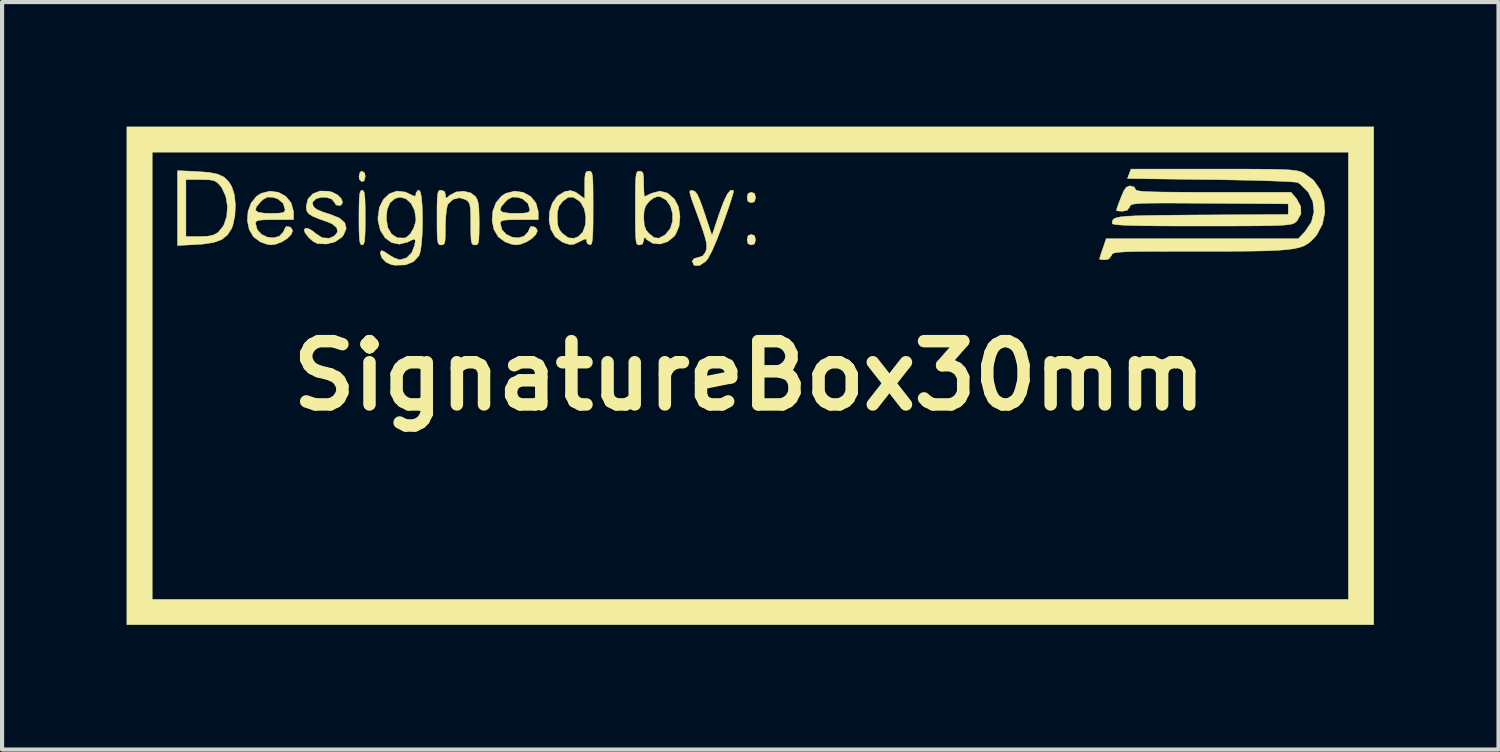
<source format=kicad_pcb>
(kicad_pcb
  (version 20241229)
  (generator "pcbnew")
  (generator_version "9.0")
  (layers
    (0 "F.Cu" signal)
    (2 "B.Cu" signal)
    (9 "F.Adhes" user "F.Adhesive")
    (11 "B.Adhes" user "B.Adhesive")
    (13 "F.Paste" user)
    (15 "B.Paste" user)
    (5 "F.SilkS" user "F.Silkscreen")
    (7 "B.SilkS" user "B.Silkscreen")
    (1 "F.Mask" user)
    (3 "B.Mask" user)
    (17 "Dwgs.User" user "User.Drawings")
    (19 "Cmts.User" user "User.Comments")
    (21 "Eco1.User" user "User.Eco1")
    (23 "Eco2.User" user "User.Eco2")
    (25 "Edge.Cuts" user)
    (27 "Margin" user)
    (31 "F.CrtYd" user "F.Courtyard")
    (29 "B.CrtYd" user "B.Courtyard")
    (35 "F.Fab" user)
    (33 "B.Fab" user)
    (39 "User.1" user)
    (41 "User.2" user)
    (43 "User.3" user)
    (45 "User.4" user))
  (footprint "SignatureBox30mm"
    (layer "F.Cu")
    (at 14.991 5.999)
    (property "Reference" "SignatureBox30mm" (at 0 0 0) (layer "F.SilkS") (effects (font (size 1.524 1.524) (thickness 0.3))))
    (attr through_hole)
    (fp_poly (pts (xy -9.261 -4.883) (xy -9.246 -4.801) (xy -9.272 -4.698) (xy -9.322 -4.674) (xy -9.383 -4.718) (xy -9.398 -4.801) (xy -9.372 -4.903) (xy -9.322 -4.928) (xy -9.261 -4.883)) (stroke (width 0.01) (type solid)) (fill yes) (layer "F.SilkS"))
    (fp_poly (pts (xy 0.13 -4.39) (xy 0.152 -4.293) (xy 0.129 -4.193) (xy 0.051 -4.166) (xy -0.029 -4.195) (xy -0.051 -4.293) (xy -0.027 -4.392) (xy 0.051 -4.42) (xy 0.13 -4.39)) (stroke (width 0.01) (type solid)) (fill yes) (layer "F.SilkS"))
    (fp_poly (pts (xy 0.13 -3.374) (xy 0.152 -3.277) (xy 0.129 -3.177) (xy 0.051 -3.15) (xy -0.029 -3.179) (xy -0.051 -3.277) (xy -0.027 -3.376) (xy 0.051 -3.404) (xy 0.13 -3.374)) (stroke (width 0.01) (type solid)) (fill yes) (layer "F.SilkS"))
    (fp_poly (pts (xy 15.037 5.994) (xy -14.986 5.994) (xy -14.986 -5.385) (xy -14.376 -5.385) (xy -14.376 5.385) (xy 14.427 5.385) (xy 14.427 -5.385) (xy -14.376 -5.385) (xy -14.986 -5.385) (xy -14.986 -5.994) (xy 15.037 -5.994) (xy 15.037 5.994)) (stroke (width 0.01) (type solid)) (fill yes) (layer "F.SilkS"))
    (fp_poly (pts (xy -9.29 -4.456) (xy -9.268 -4.402) (xy -9.255 -4.293) (xy -9.248 -4.115) (xy -9.246 -3.852) (xy -9.246 -3.81) (xy -9.247 -3.535) (xy -9.254 -3.346) (xy -9.266 -3.229) (xy -9.287 -3.169) (xy -9.317 -3.15) (xy -9.322 -3.15) (xy -9.354 -3.164) (xy -9.375 -3.218) (xy -9.389 -3.327) (xy -9.396 -3.505) (xy -9.398 -3.768) (xy -9.398 -3.81) (xy -9.396 -4.085) (xy -9.39 -4.274) (xy -9.378 -4.391) (xy -9.357 -4.451) (xy -9.327 -4.47) (xy -9.322 -4.47) (xy -9.29 -4.456)) (stroke (width 0.01) (type solid)) (fill yes) (layer "F.SilkS"))
    (fp_poly (pts (xy -13.292 -4.919) (xy -13.002 -4.897) (xy -12.793 -4.854) (xy -12.643 -4.782) (xy -12.532 -4.671) (xy -12.461 -4.559) (xy -12.398 -4.365) (xy -12.372 -4.117) (xy -12.385 -3.856) (xy -12.434 -3.623) (xy -12.467 -3.541) (xy -12.567 -3.387) (xy -12.705 -3.28) (xy -12.898 -3.21) (xy -13.164 -3.17) (xy -13.322 -3.16) (xy -13.767 -3.137) (xy -13.767 -4.724) (xy -13.564 -4.724) (xy -13.564 -3.353) (xy -13.24 -3.353) (xy -13.031 -3.362) (xy -12.888 -3.396) (xy -12.784 -3.457) (xy -12.656 -3.618) (xy -12.582 -3.835) (xy -12.564 -4.079) (xy -12.604 -4.321) (xy -12.702 -4.531) (xy -12.733 -4.572) (xy -12.809 -4.653) (xy -12.887 -4.699) (xy -12.997 -4.719) (xy -13.171 -4.724) (xy -13.213 -4.724) (xy -13.564 -4.724) (xy -13.767 -4.724) (xy -13.767 -4.94) (xy -13.292 -4.919)) (stroke (width 0.01) (type solid)) (fill yes) (layer "F.SilkS"))
    (fp_poly (pts (xy -0.385 -4.465) (xy -0.377 -4.458) (xy -0.385 -4.405) (xy -0.424 -4.272) (xy -0.487 -4.077) (xy -0.571 -3.837) (xy -0.637 -3.652) (xy -0.779 -3.28) (xy -0.898 -3.004) (xy -0.994 -2.824) (xy -1.048 -2.756) (xy -1.192 -2.658) (xy -1.303 -2.652) (xy -1.338 -2.675) (xy -1.374 -2.76) (xy -1.326 -2.826) (xy -1.244 -2.845) (xy -1.119 -2.886) (xy -1.056 -2.975) (xy -1.031 -3.045) (xy -1.024 -3.124) (xy -1.037 -3.228) (xy -1.075 -3.373) (xy -1.141 -3.574) (xy -1.239 -3.848) (xy -1.287 -3.979) (xy -1.368 -4.2) (xy -1.416 -4.344) (xy -1.433 -4.424) (xy -1.422 -4.459) (xy -1.385 -4.464) (xy -1.362 -4.461) (xy -1.307 -4.438) (xy -1.255 -4.374) (xy -1.198 -4.254) (xy -1.126 -4.061) (xy -1.075 -3.912) (xy -0.897 -3.378) (xy -0.723 -3.903) (xy -0.618 -4.188) (xy -0.528 -4.375) (xy -0.451 -4.467) (xy -0.385 -4.465)) (stroke (width 0.01) (type solid)) (fill yes) (layer "F.SilkS"))
    (fp_poly (pts (xy -10.124 -4.444) (xy -10.043 -4.423) (xy -9.913 -4.356) (xy -9.825 -4.267) (xy -9.791 -4.179) (xy -9.824 -4.113) (xy -9.857 -4.1) (xy -9.95 -4.114) (xy -9.984 -4.171) (xy -10.053 -4.254) (xy -10.173 -4.296) (xy -10.31 -4.298) (xy -10.432 -4.263) (xy -10.507 -4.191) (xy -10.516 -4.148) (xy -10.492 -4.071) (xy -10.411 -4.005) (xy -10.256 -3.94) (xy -10.098 -3.891) (xy -9.87 -3.8) (xy -9.738 -3.684) (xy -9.704 -3.548) (xy -9.768 -3.394) (xy -9.817 -3.333) (xy -9.973 -3.226) (xy -10.182 -3.173) (xy -10.4 -3.184) (xy -10.502 -3.236) (xy -10.611 -3.334) (xy -10.694 -3.442) (xy -10.719 -3.512) (xy -10.685 -3.556) (xy -10.601 -3.54) (xy -10.493 -3.473) (xy -10.444 -3.429) (xy -10.282 -3.324) (xy -10.112 -3.312) (xy -9.986 -3.369) (xy -9.913 -3.465) (xy -9.933 -3.566) (xy -10.041 -3.657) (xy -10.135 -3.698) (xy -10.369 -3.782) (xy -10.523 -3.847) (xy -10.612 -3.907) (xy -10.655 -3.973) (xy -10.668 -4.057) (xy -10.668 -4.081) (xy -10.625 -4.258) (xy -10.507 -4.384) (xy -10.333 -4.45) (xy -10.124 -4.444)) (stroke (width 0.01) (type solid)) (fill yes) (layer "F.SilkS"))
    (fp_poly (pts (xy -11.335 -4.418) (xy -11.156 -4.319) (xy -11.029 -4.162) (xy -10.974 -3.96) (xy -10.973 -3.933) (xy -10.973 -3.759) (xy -11.43 -3.759) (xy -11.649 -3.757) (xy -11.785 -3.748) (xy -11.857 -3.729) (xy -11.884 -3.695) (xy -11.887 -3.669) (xy -11.847 -3.518) (xy -11.744 -3.406) (xy -11.604 -3.339) (xy -11.453 -3.322) (xy -11.315 -3.362) (xy -11.218 -3.464) (xy -11.201 -3.505) (xy -11.156 -3.592) (xy -11.084 -3.591) (xy -11.031 -3.562) (xy -10.993 -3.493) (xy -11.029 -3.404) (xy -11.122 -3.309) (xy -11.252 -3.225) (xy -11.4 -3.168) (xy -11.526 -3.152) (xy -11.627 -3.172) (xy -11.762 -3.221) (xy -11.775 -3.226) (xy -11.938 -3.347) (xy -12.041 -3.525) (xy -12.084 -3.736) (xy -12.069 -3.956) (xy -12.057 -3.989) (xy -11.89 -3.989) (xy -11.829 -3.939) (xy -11.676 -3.915) (xy -11.532 -3.912) (xy -11.343 -3.915) (xy -11.236 -3.928) (xy -11.187 -3.957) (xy -11.176 -4.003) (xy -11.222 -4.153) (xy -11.351 -4.26) (xy -11.465 -4.298) (xy -11.597 -4.304) (xy -11.705 -4.247) (xy -11.757 -4.199) (xy -11.865 -4.074) (xy -11.89 -3.989) (xy -12.057 -3.989) (xy -11.995 -4.16) (xy -11.863 -4.324) (xy -11.756 -4.393) (xy -11.542 -4.447) (xy -11.335 -4.418)) (stroke (width 0.01) (type solid)) (fill yes) (layer "F.SilkS"))
    (fp_poly (pts (xy -7.333 -4.436) (xy -7.315 -4.361) (xy -7.31 -4.287) (xy -7.278 -4.288) (xy -7.21 -4.347) (xy -7.059 -4.427) (xy -6.877 -4.445) (xy -6.706 -4.404) (xy -6.599 -4.324) (xy -6.554 -4.253) (xy -6.525 -4.157) (xy -6.509 -4.015) (xy -6.503 -3.805) (xy -6.502 -3.677) (xy -6.504 -3.441) (xy -6.51 -3.288) (xy -6.525 -3.2) (xy -6.551 -3.16) (xy -6.593 -3.15) (xy -6.604 -3.15) (xy -6.65 -3.157) (xy -6.68 -3.19) (xy -6.697 -3.268) (xy -6.704 -3.409) (xy -6.706 -3.631) (xy -6.706 -3.656) (xy -6.707 -3.889) (xy -6.715 -4.042) (xy -6.733 -4.136) (xy -6.766 -4.194) (xy -6.819 -4.237) (xy -6.826 -4.242) (xy -6.977 -4.287) (xy -7.132 -4.249) (xy -7.251 -4.138) (xy -7.261 -4.121) (xy -7.286 -4.025) (xy -7.305 -3.858) (xy -7.315 -3.652) (xy -7.315 -3.585) (xy -7.317 -3.374) (xy -7.326 -3.245) (xy -7.346 -3.178) (xy -7.382 -3.153) (xy -7.417 -3.15) (xy -7.458 -3.155) (xy -7.487 -3.183) (xy -7.504 -3.249) (xy -7.514 -3.369) (xy -7.518 -3.559) (xy -7.518 -3.81) (xy -7.518 -4.08) (xy -7.513 -4.264) (xy -7.503 -4.379) (xy -7.485 -4.441) (xy -7.455 -4.466) (xy -7.417 -4.47) (xy -7.333 -4.436)) (stroke (width 0.01) (type solid)) (fill yes) (layer "F.SilkS"))
    (fp_poly (pts (xy -5.442 -4.418) (xy -5.264 -4.319) (xy -5.136 -4.162) (xy -5.081 -3.96) (xy -5.08 -3.933) (xy -5.08 -3.759) (xy -5.537 -3.759) (xy -5.756 -3.757) (xy -5.892 -3.748) (xy -5.964 -3.729) (xy -5.991 -3.695) (xy -5.994 -3.669) (xy -5.954 -3.518) (xy -5.851 -3.406) (xy -5.711 -3.339) (xy -5.56 -3.322) (xy -5.422 -3.362) (xy -5.325 -3.464) (xy -5.309 -3.505) (xy -5.263 -3.592) (xy -5.191 -3.591) (xy -5.138 -3.562) (xy -5.1 -3.493) (xy -5.137 -3.404) (xy -5.23 -3.309) (xy -5.36 -3.225) (xy -5.507 -3.168) (xy -5.634 -3.152) (xy -5.734 -3.172) (xy -5.869 -3.221) (xy -5.882 -3.226) (xy -6.045 -3.347) (xy -6.148 -3.525) (xy -6.192 -3.736) (xy -6.176 -3.956) (xy -6.164 -3.989) (xy -5.997 -3.989) (xy -5.936 -3.939) (xy -5.783 -3.915) (xy -5.639 -3.912) (xy -5.451 -3.915) (xy -5.343 -3.928) (xy -5.294 -3.957) (xy -5.283 -4.003) (xy -5.33 -4.153) (xy -5.458 -4.26) (xy -5.572 -4.298) (xy -5.704 -4.304) (xy -5.812 -4.247) (xy -5.864 -4.199) (xy -5.972 -4.074) (xy -5.997 -3.989) (xy -6.164 -3.989) (xy -6.102 -4.16) (xy -5.97 -4.324) (xy -5.864 -4.393) (xy -5.649 -4.447) (xy -5.442 -4.418)) (stroke (width 0.01) (type solid)) (fill yes) (layer "F.SilkS"))
    (fp_poly (pts (xy -3.824 -4.923) (xy -3.798 -4.901) (xy -3.78 -4.846) (xy -3.768 -4.745) (xy -3.762 -4.584) (xy -3.76 -4.349) (xy -3.759 -4.039) (xy -3.76 -3.713) (xy -3.764 -3.477) (xy -3.773 -3.315) (xy -3.786 -3.215) (xy -3.806 -3.165) (xy -3.833 -3.15) (xy -3.835 -3.15) (xy -3.903 -3.19) (xy -3.912 -3.226) (xy -3.917 -3.284) (xy -3.951 -3.294) (xy -4.038 -3.256) (xy -4.096 -3.226) (xy -4.218 -3.17) (xy -4.314 -3.159) (xy -4.43 -3.192) (xy -4.51 -3.226) (xy -4.673 -3.347) (xy -4.776 -3.524) (xy -4.82 -3.735) (xy -4.816 -3.81) (xy -4.623 -3.81) (xy -4.611 -3.631) (xy -4.566 -3.51) (xy -4.498 -3.427) (xy -4.357 -3.323) (xy -4.219 -3.312) (xy -4.116 -3.352) (xy -4.007 -3.463) (xy -3.946 -3.632) (xy -3.935 -3.828) (xy -3.972 -4.02) (xy -4.059 -4.176) (xy -4.102 -4.217) (xy -4.241 -4.302) (xy -4.357 -4.3) (xy -4.482 -4.209) (xy -4.498 -4.193) (xy -4.579 -4.088) (xy -4.616 -3.959) (xy -4.623 -3.81) (xy -4.816 -3.81) (xy -4.808 -3.955) (xy -4.741 -4.16) (xy -4.62 -4.328) (xy -4.448 -4.433) (xy -4.429 -4.439) (xy -4.296 -4.46) (xy -4.183 -4.423) (xy -4.113 -4.375) (xy -3.962 -4.264) (xy -3.962 -4.596) (xy -3.959 -4.775) (xy -3.945 -4.875) (xy -3.914 -4.919) (xy -3.861 -4.928) (xy -3.824 -4.923)) (stroke (width 0.01) (type solid)) (fill yes) (layer "F.SilkS"))
    (fp_poly (pts (xy -2.585 -4.916) (xy -2.554 -4.868) (xy -2.542 -4.758) (xy -2.54 -4.623) (xy -2.537 -4.462) (xy -2.53 -4.352) (xy -2.522 -4.318) (xy -2.47 -4.338) (xy -2.364 -4.388) (xy -2.348 -4.396) (xy -2.151 -4.448) (xy -1.967 -4.399) (xy -1.803 -4.258) (xy -1.704 -4.07) (xy -1.667 -3.839) (xy -1.69 -3.603) (xy -1.775 -3.4) (xy -1.805 -3.36) (xy -1.964 -3.231) (xy -2.145 -3.173) (xy -2.322 -3.189) (xy -2.467 -3.279) (xy -2.501 -3.322) (xy -2.53 -3.327) (xy -2.539 -3.264) (xy -2.57 -3.171) (xy -2.642 -3.15) (xy -2.678 -3.154) (xy -2.705 -3.177) (xy -2.723 -3.231) (xy -2.734 -3.332) (xy -2.74 -3.493) (xy -2.743 -3.729) (xy -2.743 -3.81) (xy -2.54 -3.81) (xy -2.528 -3.631) (xy -2.484 -3.51) (xy -2.415 -3.427) (xy -2.288 -3.327) (xy -2.174 -3.314) (xy -2.039 -3.387) (xy -2.015 -3.406) (xy -1.9 -3.548) (xy -1.846 -3.725) (xy -1.848 -3.915) (xy -1.9 -4.091) (xy -1.998 -4.231) (xy -2.137 -4.309) (xy -2.209 -4.318) (xy -2.299 -4.284) (xy -2.407 -4.202) (xy -2.415 -4.193) (xy -2.496 -4.088) (xy -2.533 -3.959) (xy -2.54 -3.81) (xy -2.743 -3.81) (xy -2.743 -4.039) (xy -2.743 -4.359) (xy -2.74 -4.591) (xy -2.734 -4.749) (xy -2.722 -4.848) (xy -2.704 -4.902) (xy -2.677 -4.924) (xy -2.642 -4.928) (xy -2.585 -4.916)) (stroke (width 0.01) (type solid)) (fill yes) (layer "F.SilkS"))
    (fp_poly (pts (xy -7.917 -4.423) (xy -7.893 -4.296) (xy -7.876 -4.108) (xy -7.868 -3.882) (xy -7.868 -3.638) (xy -7.876 -3.396) (xy -7.892 -3.179) (xy -7.917 -3.005) (xy -7.949 -2.899) (xy -8.08 -2.75) (xy -8.277 -2.67) (xy -8.528 -2.663) (xy -8.618 -2.677) (xy -8.746 -2.735) (xy -8.844 -2.837) (xy -8.884 -2.948) (xy -8.882 -2.97) (xy -8.859 -3.013) (xy -8.804 -3.001) (xy -8.696 -2.928) (xy -8.69 -2.923) (xy -8.554 -2.842) (xy -8.43 -2.797) (xy -8.403 -2.794) (xy -8.25 -2.841) (xy -8.127 -2.964) (xy -8.059 -3.137) (xy -8.04 -3.25) (xy -8.054 -3.291) (xy -8.122 -3.271) (xy -8.226 -3.22) (xy -8.425 -3.169) (xy -8.61 -3.207) (xy -8.768 -3.322) (xy -8.882 -3.501) (xy -8.938 -3.734) (xy -8.94 -3.786) (xy -8.738 -3.786) (xy -8.704 -3.57) (xy -8.611 -3.412) (xy -8.474 -3.323) (xy -8.308 -3.318) (xy -8.257 -3.334) (xy -8.165 -3.412) (xy -8.083 -3.55) (xy -8.033 -3.707) (xy -8.026 -3.774) (xy -8.058 -3.984) (xy -8.144 -4.152) (xy -8.266 -4.264) (xy -8.409 -4.302) (xy -8.529 -4.27) (xy -8.652 -4.165) (xy -8.719 -4.002) (xy -8.738 -3.786) (xy -8.94 -3.786) (xy -8.941 -3.81) (xy -8.905 -4.055) (xy -8.806 -4.252) (xy -8.66 -4.387) (xy -8.482 -4.449) (xy -8.285 -4.425) (xy -8.226 -4.4) (xy -8.103 -4.34) (xy -8.045 -4.325) (xy -8.027 -4.353) (xy -8.026 -4.394) (xy -7.986 -4.462) (xy -7.95 -4.47) (xy -7.917 -4.423)) (stroke (width 0.01) (type solid)) (fill yes) (layer "F.SilkS"))
    (fp_poly (pts (xy 11.176 -4.978) (xy 11.679 -4.978) (xy 12.091 -4.977) (xy 12.422 -4.975) (xy 12.683 -4.971) (xy 12.883 -4.965) (xy 13.034 -4.956) (xy 13.145 -4.944) (xy 13.228 -4.928) (xy 13.292 -4.908) (xy 13.347 -4.883) (xy 13.362 -4.876) (xy 13.589 -4.708) (xy 13.749 -4.48) (xy 13.84 -4.215) (xy 13.859 -3.932) (xy 13.803 -3.653) (xy 13.669 -3.398) (xy 13.597 -3.313) (xy 13.524 -3.241) (xy 13.448 -3.18) (xy 13.36 -3.13) (xy 13.251 -3.091) (xy 13.11 -3.06) (xy 12.929 -3.036) (xy 12.697 -3.02) (xy 12.406 -3.008) (xy 12.046 -3.002) (xy 11.606 -2.998) (xy 11.079 -2.997) (xy 10.843 -2.997) (xy 10.327 -2.997) (xy 9.903 -2.996) (xy 9.563 -2.995) (xy 9.297 -2.992) (xy 9.095 -2.987) (xy 8.948 -2.979) (xy 8.848 -2.969) (xy 8.784 -2.956) (xy 8.748 -2.939) (xy 8.731 -2.918) (xy 8.723 -2.896) (xy 8.657 -2.812) (xy 8.565 -2.794) (xy 8.467 -2.799) (xy 8.433 -2.81) (xy 8.448 -2.864) (xy 8.486 -2.981) (xy 8.514 -3.064) (xy 8.595 -3.302) (xy 13.221 -3.302) (xy 13.386 -3.477) (xy 13.537 -3.703) (xy 13.598 -3.949) (xy 13.571 -4.196) (xy 13.459 -4.425) (xy 13.266 -4.615) (xy 13.208 -4.653) (xy 13.142 -4.664) (xy 12.985 -4.675) (xy 12.75 -4.686) (xy 12.447 -4.697) (xy 12.088 -4.707) (xy 11.685 -4.715) (xy 11.247 -4.723) (xy 11.119 -4.724) (xy 9.107 -4.75) (xy 9.149 -4.864) (xy 9.192 -4.978) (xy 11.176 -4.978)) (stroke (width 0.01) (type solid)) (fill yes) (layer "F.SilkS"))
    (fp_poly (pts (xy 9.273 -4.544) (xy 9.296 -4.496) (xy 9.307 -4.476) (xy 9.344 -4.46) (xy 9.418 -4.447) (xy 9.537 -4.437) (xy 9.71 -4.43) (xy 9.948 -4.425) (xy 10.259 -4.422) (xy 10.653 -4.42) (xy 11.138 -4.42) (xy 11.171 -4.42) (xy 13.047 -4.42) (xy 13.183 -4.258) (xy 13.28 -4.078) (xy 13.284 -3.898) (xy 13.194 -3.736) (xy 13.151 -3.696) (xy 13.119 -3.674) (xy 13.072 -3.656) (xy 13.001 -3.642) (xy 12.897 -3.63) (xy 12.75 -3.622) (xy 12.551 -3.615) (xy 12.292 -3.611) (xy 11.961 -3.609) (xy 11.55 -3.607) (xy 11.05 -3.607) (xy 10.891 -3.607) (xy 10.345 -3.607) (xy 9.893 -3.609) (xy 9.528 -3.613) (xy 9.242 -3.618) (xy 9.028 -3.626) (xy 8.878 -3.635) (xy 8.786 -3.647) (xy 8.743 -3.662) (xy 8.738 -3.67) (xy 8.741 -3.716) (xy 8.755 -3.754) (xy 8.788 -3.785) (xy 8.849 -3.809) (xy 8.949 -3.828) (xy 9.094 -3.842) (xy 9.296 -3.852) (xy 9.562 -3.86) (xy 9.901 -3.865) (xy 10.324 -3.869) (xy 10.837 -3.873) (xy 10.899 -3.873) (xy 12.979 -3.886) (xy 12.979 -4.14) (xy 11.083 -4.154) (xy 10.594 -4.157) (xy 10.197 -4.159) (xy 9.882 -4.159) (xy 9.64 -4.157) (xy 9.461 -4.153) (xy 9.334 -4.145) (xy 9.251 -4.134) (xy 9.201 -4.119) (xy 9.174 -4.1) (xy 9.162 -4.076) (xy 9.159 -4.065) (xy 9.1 -3.984) (xy 8.986 -3.962) (xy 8.881 -3.969) (xy 8.839 -3.983) (xy 8.856 -4.038) (xy 8.899 -4.159) (xy 8.948 -4.288) (xy 9.018 -4.452) (xy 9.078 -4.539) (xy 9.147 -4.57) (xy 9.176 -4.572) (xy 9.273 -4.544)) (stroke (width 0.01) (type solid)) (fill yes) (layer "F.SilkS")))
  (gr_rect
    (start -3 -3)
    (end 33.033 14.999)
    (stroke (width 0.1) (type default))
    (fill no)
    (layer "Edge.Cuts")))
</source>
